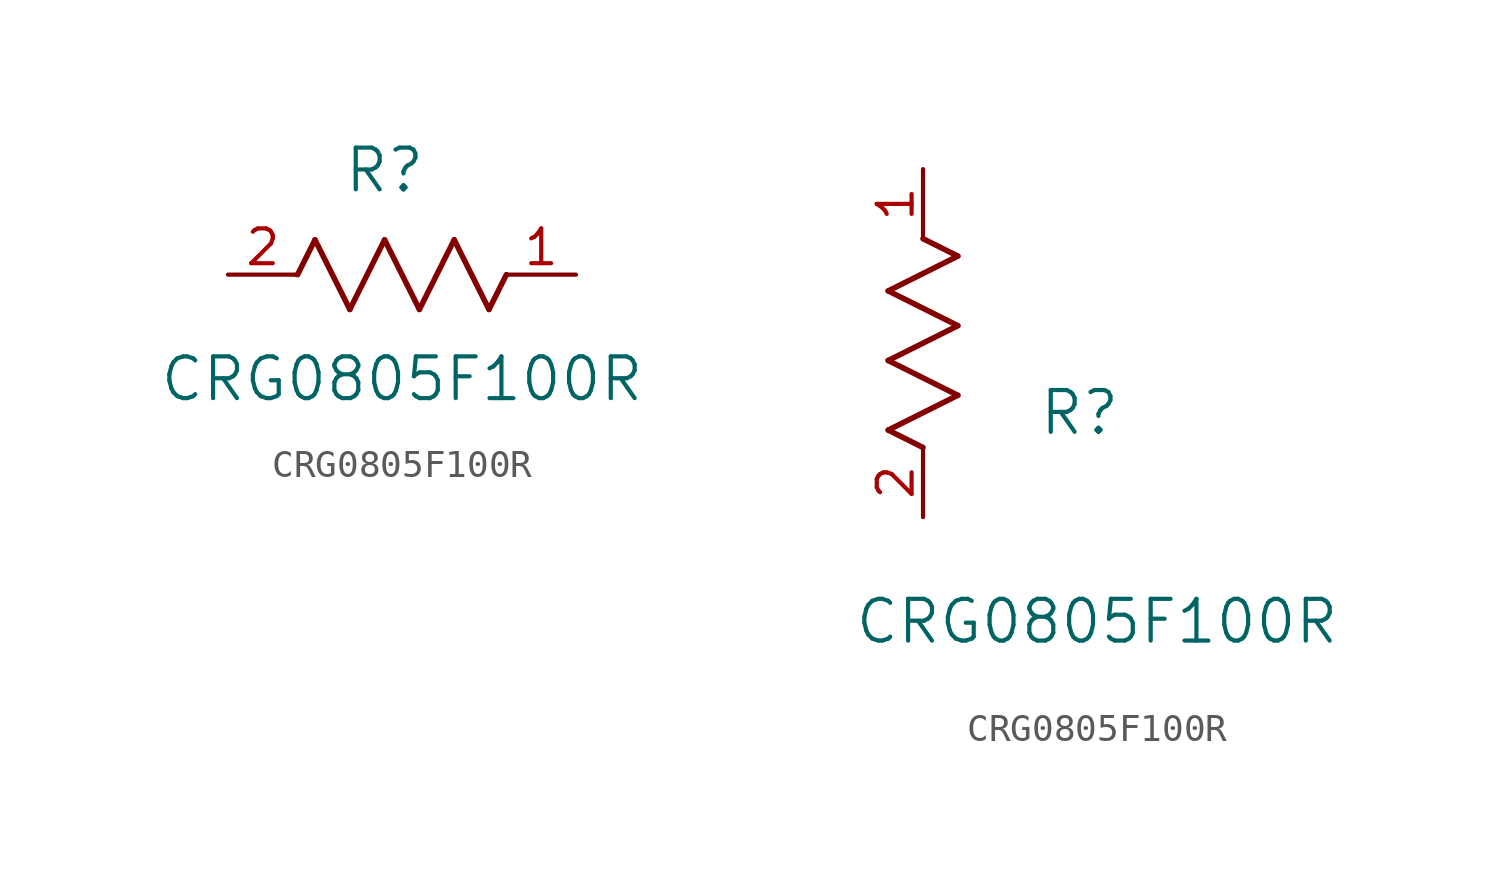
<source format=kicad_sym>
(kicad_symbol_lib
  (version 20211014)
  (generator kicad_symbol_editor)
  (symbol "CRG0805F100R"
    (pin_names
      (offset 0.254))
    (property "Reference" "R"
      (at 5.715 3.81 0)
      (effects (font (size 1.524 1.524))))
    (property "Value" "CRG0805F100R"
      (at 6.35 -3.81 0)
      (effects (font (size 1.524 1.524))))
    (symbol "CRG0805F100R_1_1"
      (polyline (pts (xy 3.175 1.27) (xy 4.445 -1.27)) (stroke (width 0.203) (type default) (color 0 0 0 0)) (fill (type none)))
      (polyline (pts (xy 4.445 -1.27) (xy 5.715 1.27)) (stroke (width 0.203) (type default) (color 0 0 0 0)) (fill (type none)))
      (polyline (pts (xy 5.715 1.27) (xy 6.985 -1.27)) (stroke (width 0.203) (type default) (color 0 0 0 0)) (fill (type none)))
      (polyline (pts (xy 6.985 -1.27) (xy 8.255 1.27)) (stroke (width 0.203) (type default) (color 0 0 0 0)) (fill (type none)))
      (polyline (pts (xy 8.255 1.27) (xy 9.525 -1.27)) (stroke (width 0.203) (type default) (color 0 0 0 0)) (fill (type none)))
      (polyline (pts (xy 2.54 0) (xy 3.175 1.27)) (stroke (width 0.203) (type default) (color 0 0 0 0)) (fill (type none)))
      (polyline (pts (xy 9.525 -1.27) (xy 10.16 0)) (stroke (width 0.203) (type default) (color 0 0 0 0)) (fill (type none)))
      (pin unspecified line (at 0 0 0) (length 2.54) (name "" (effects (font (size 1.27 1.27)))) (number "2" (effects (font (size 1.27 1.27)))))
      (pin unspecified line (at 12.7 0 180) (length 2.54) (name "" (effects (font (size 1.27 1.27)))) (number "1" (effects (font (size 1.27 1.27))))))
    (symbol "CRG0805F100R_1_2"
      (polyline (pts (xy 0 2.54) (xy -1.27 3.175)) (stroke (width 0.203) (type default) (color 0 0 0 0)) (fill (type none)))
      (polyline (pts (xy -1.27 3.175) (xy 1.27 4.445)) (stroke (width 0.203) (type default) (color 0 0 0 0)) (fill (type none)))
      (polyline (pts (xy 1.27 4.445) (xy -1.27 5.715)) (stroke (width 0.203) (type default) (color 0 0 0 0)) (fill (type none)))
      (polyline (pts (xy -1.27 5.715) (xy 1.27 6.985)) (stroke (width 0.203) (type default) (color 0 0 0 0)) (fill (type none)))
      (polyline (pts (xy -1.27 8.255) (xy 1.27 9.525)) (stroke (width 0.203) (type default) (color 0 0 0 0)) (fill (type none)))
      (polyline (pts (xy 1.27 9.525) (xy 0 10.16)) (stroke (width 0.203) (type default) (color 0 0 0 0)) (fill (type none)))
      (polyline (pts (xy 1.27 6.985) (xy -1.27 8.255)) (stroke (width 0.203) (type default) (color 0 0 0 0)) (fill (type none)))
      (pin unspecified line (at 0 0 90) (length 2.54) (name "" (effects (font (size 1.27 1.27)))) (number "2" (effects (font (size 1.27 1.27)))))
      (pin unspecified line (at 0 12.7 270) (length 2.54) (name "" (effects (font (size 1.27 1.27)))) (number "1" (effects (font (size 1.27 1.27))))))))
</source>
